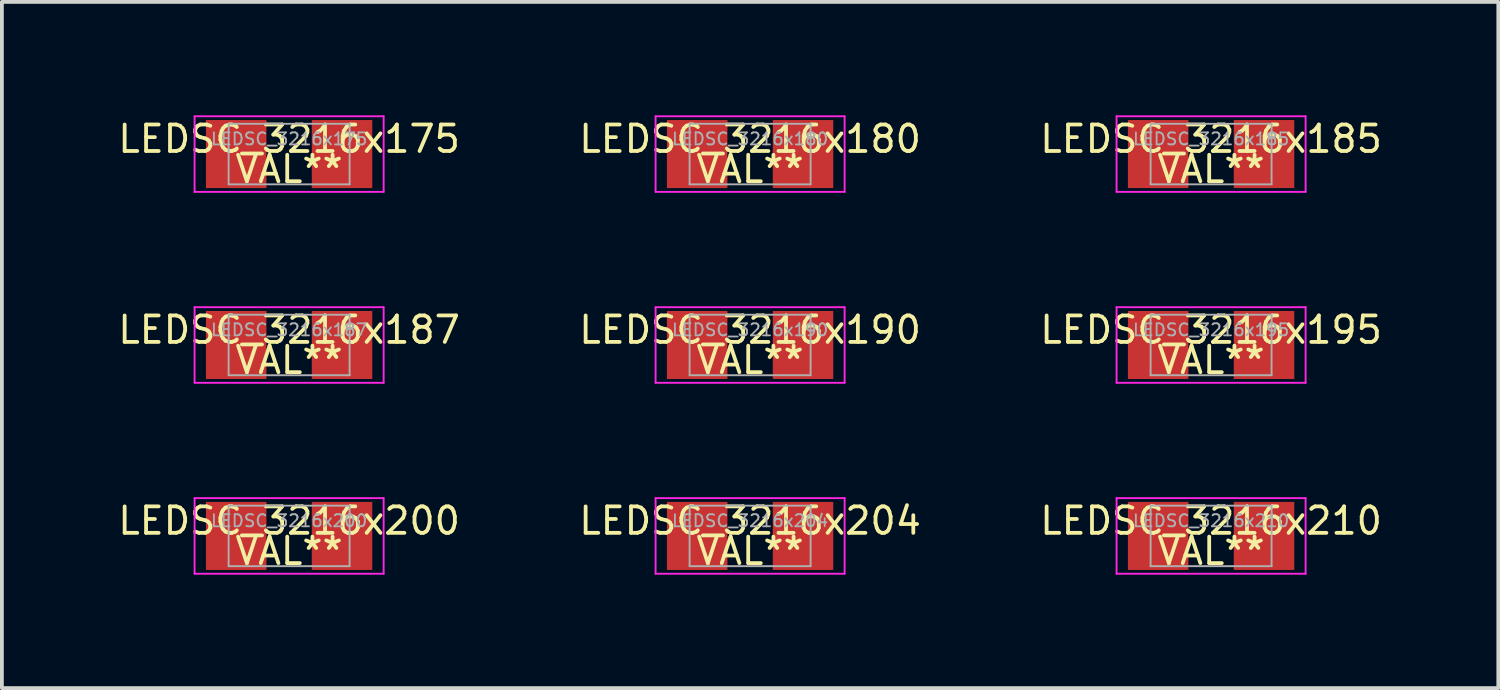
<source format=kicad_pcb>
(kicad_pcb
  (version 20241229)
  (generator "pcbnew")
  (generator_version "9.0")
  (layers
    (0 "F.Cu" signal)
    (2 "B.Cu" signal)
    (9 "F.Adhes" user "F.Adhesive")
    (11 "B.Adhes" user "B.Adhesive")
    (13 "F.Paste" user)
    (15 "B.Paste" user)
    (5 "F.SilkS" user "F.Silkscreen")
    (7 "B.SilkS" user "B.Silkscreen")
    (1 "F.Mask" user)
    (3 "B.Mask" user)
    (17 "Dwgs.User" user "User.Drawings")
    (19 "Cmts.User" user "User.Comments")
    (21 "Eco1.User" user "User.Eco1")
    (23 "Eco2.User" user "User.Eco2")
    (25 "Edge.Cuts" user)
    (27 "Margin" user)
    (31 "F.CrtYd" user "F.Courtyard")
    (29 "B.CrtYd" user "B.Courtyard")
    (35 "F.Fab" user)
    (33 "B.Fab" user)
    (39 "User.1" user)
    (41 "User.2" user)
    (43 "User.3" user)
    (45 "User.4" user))
  (footprint "LEDSC_3216x204"
    (layer "F.Cu")
    (at 16.79 11.125)
    (property "Reference" "LEDSC_3216x204" (at 0 -0.4 0) (layer "F.Fab") (effects (font (size 0.32 0.32) (thickness 0.048))))
    (property "Value" "VAL**" (at 0 0.4 0) (layer "F.Fab") (hide yes) (effects (font (size 0.32 0.32) (thickness 0.048))))
    (attr smd)
    (fp_line (start -2.5 -1) (end 2.5 -1) (stroke (width 0.05) (type solid)) (layer "F.CrtYd"))
    (fp_line (start -2.5 1) (end -2.5 -1) (stroke (width 0.05) (type solid)) (layer "F.CrtYd"))
    (fp_line (start 2.5 -1) (end 2.5 1) (stroke (width 0.05) (type solid)) (layer "F.CrtYd"))
    (fp_line (start 2.5 1) (end -2.5 1) (stroke (width 0.05) (type solid)) (layer "F.CrtYd"))
    (fp_line (start -1.6 -0.8) (end 1.6 -0.8) (stroke (width 0.05) (type solid)) (layer "F.Fab"))
    (fp_line (start -1.6 0.8) (end -1.6 -0.8) (stroke (width 0.05) (type solid)) (layer "F.Fab"))
    (fp_line (start 1.6 -0.8) (end 1.6 0.8) (stroke (width 0.05) (type solid)) (layer "F.Fab"))
    (fp_line (start 1.6 0.8) (end -1.6 0.8) (stroke (width 0.05) (type solid)) (layer "F.Fab"))
    (fp_text user "${VALUE}" (at 0 0.4 0) (layer "F.SilkS") (effects (font (size 0.7 0.7) (thickness 0.1))))
    (fp_text user "${REFERENCE}" (at 0 -0.4 0) (layer "F.SilkS") (effects (font (size 0.7 0.7) (thickness 0.1))))
    (pad "1" smd rect (at -1.4 0) (size 1.6 1.8) (layers "F.Cu" "F.Mask" "F.Paste"))
    (pad "2" smd rect (at 1.4 0) (size 1.6 1.8) (layers "F.Cu" "F.Mask" "F.Paste")))
  (footprint "LEDSC_3216x175"
    (layer "F.Cu")
    (at 4.597 1.025)
    (property "Reference" "LEDSC_3216x175" (at 0 -0.4 0) (layer "F.Fab") (effects (font (size 0.32 0.32) (thickness 0.048))))
    (property "Value" "VAL**" (at 0 0.4 0) (layer "F.Fab") (hide yes) (effects (font (size 0.32 0.32) (thickness 0.048))))
    (attr smd)
    (fp_line (start -2.5 -1) (end 2.5 -1) (stroke (width 0.05) (type solid)) (layer "F.CrtYd"))
    (fp_line (start -2.5 1) (end -2.5 -1) (stroke (width 0.05) (type solid)) (layer "F.CrtYd"))
    (fp_line (start 2.5 -1) (end 2.5 1) (stroke (width 0.05) (type solid)) (layer "F.CrtYd"))
    (fp_line (start 2.5 1) (end -2.5 1) (stroke (width 0.05) (type solid)) (layer "F.CrtYd"))
    (fp_line (start -1.6 -0.8) (end 1.6 -0.8) (stroke (width 0.05) (type solid)) (layer "F.Fab"))
    (fp_line (start -1.6 0.8) (end -1.6 -0.8) (stroke (width 0.05) (type solid)) (layer "F.Fab"))
    (fp_line (start 1.6 -0.8) (end 1.6 0.8) (stroke (width 0.05) (type solid)) (layer "F.Fab"))
    (fp_line (start 1.6 0.8) (end -1.6 0.8) (stroke (width 0.05) (type solid)) (layer "F.Fab"))
    (fp_text user "${VALUE}" (at 0 0.4 0) (layer "F.SilkS") (effects (font (size 0.7 0.7) (thickness 0.1))))
    (fp_text user "${REFERENCE}" (at 0 -0.4 0) (layer "F.SilkS") (effects (font (size 0.7 0.7) (thickness 0.1))))
    (pad "1" smd rect (at -1.4 0) (size 1.6 1.8) (layers "F.Cu" "F.Mask" "F.Paste"))
    (pad "2" smd rect (at 1.4 0) (size 1.6 1.8) (layers "F.Cu" "F.Mask" "F.Paste")))
  (footprint "LEDSC_3216x195"
    (layer "F.Cu")
    (at 28.983 6.075)
    (property "Reference" "LEDSC_3216x195" (at 0 -0.4 0) (layer "F.Fab") (effects (font (size 0.32 0.32) (thickness 0.048))))
    (property "Value" "VAL**" (at 0 0.4 0) (layer "F.Fab") (hide yes) (effects (font (size 0.32 0.32) (thickness 0.048))))
    (attr smd)
    (fp_line (start -2.5 -1) (end 2.5 -1) (stroke (width 0.05) (type solid)) (layer "F.CrtYd"))
    (fp_line (start -2.5 1) (end -2.5 -1) (stroke (width 0.05) (type solid)) (layer "F.CrtYd"))
    (fp_line (start 2.5 -1) (end 2.5 1) (stroke (width 0.05) (type solid)) (layer "F.CrtYd"))
    (fp_line (start 2.5 1) (end -2.5 1) (stroke (width 0.05) (type solid)) (layer "F.CrtYd"))
    (fp_line (start -1.6 -0.8) (end 1.6 -0.8) (stroke (width 0.05) (type solid)) (layer "F.Fab"))
    (fp_line (start -1.6 0.8) (end -1.6 -0.8) (stroke (width 0.05) (type solid)) (layer "F.Fab"))
    (fp_line (start 1.6 -0.8) (end 1.6 0.8) (stroke (width 0.05) (type solid)) (layer "F.Fab"))
    (fp_line (start 1.6 0.8) (end -1.6 0.8) (stroke (width 0.05) (type solid)) (layer "F.Fab"))
    (fp_text user "${REFERENCE}" (at 0 -0.4 0) (layer "F.SilkS") (effects (font (size 0.7 0.7) (thickness 0.1))))
    (fp_text user "${VALUE}" (at 0 0.4 0) (layer "F.SilkS") (effects (font (size 0.7 0.7) (thickness 0.1))))
    (pad "1" smd rect (at -1.4 0) (size 1.6 1.8) (layers "F.Cu" "F.Mask" "F.Paste"))
    (pad "2" smd rect (at 1.4 0) (size 1.6 1.8) (layers "F.Cu" "F.Mask" "F.Paste")))
  (footprint "LEDSC_3216x180"
    (layer "F.Cu")
    (at 16.79 1.025)
    (property "Reference" "LEDSC_3216x180" (at 0 -0.4 0) (layer "F.Fab") (effects (font (size 0.32 0.32) (thickness 0.048))))
    (property "Value" "VAL**" (at 0 0.4 0) (layer "F.Fab") (hide yes) (effects (font (size 0.32 0.32) (thickness 0.048))))
    (attr smd)
    (fp_line (start -2.5 -1) (end 2.5 -1) (stroke (width 0.05) (type solid)) (layer "F.CrtYd"))
    (fp_line (start -2.5 1) (end -2.5 -1) (stroke (width 0.05) (type solid)) (layer "F.CrtYd"))
    (fp_line (start 2.5 -1) (end 2.5 1) (stroke (width 0.05) (type solid)) (layer "F.CrtYd"))
    (fp_line (start 2.5 1) (end -2.5 1) (stroke (width 0.05) (type solid)) (layer "F.CrtYd"))
    (fp_line (start -1.6 -0.8) (end 1.6 -0.8) (stroke (width 0.05) (type solid)) (layer "F.Fab"))
    (fp_line (start -1.6 0.8) (end -1.6 -0.8) (stroke (width 0.05) (type solid)) (layer "F.Fab"))
    (fp_line (start 1.6 -0.8) (end 1.6 0.8) (stroke (width 0.05) (type solid)) (layer "F.Fab"))
    (fp_line (start 1.6 0.8) (end -1.6 0.8) (stroke (width 0.05) (type solid)) (layer "F.Fab"))
    (fp_text user "${VALUE}" (at 0 0.4 0) (layer "F.SilkS") (effects (font (size 0.7 0.7) (thickness 0.1))))
    (fp_text user "${REFERENCE}" (at 0 -0.4 0) (layer "F.SilkS") (effects (font (size 0.7 0.7) (thickness 0.1))))
    (pad "1" smd rect (at -1.4 0) (size 1.6 1.8) (layers "F.Cu" "F.Mask" "F.Paste"))
    (pad "2" smd rect (at 1.4 0) (size 1.6 1.8) (layers "F.Cu" "F.Mask" "F.Paste")))
  (footprint "LEDSC_3216x187"
    (layer "F.Cu")
    (at 4.597 6.075)
    (property "Reference" "LEDSC_3216x187" (at 0 -0.4 0) (layer "F.Fab") (effects (font (size 0.32 0.32) (thickness 0.048))))
    (property "Value" "VAL**" (at 0 0.4 0) (layer "F.Fab") (hide yes) (effects (font (size 0.32 0.32) (thickness 0.048))))
    (attr smd)
    (fp_line (start -2.5 -1) (end 2.5 -1) (stroke (width 0.05) (type solid)) (layer "F.CrtYd"))
    (fp_line (start -2.5 1) (end -2.5 -1) (stroke (width 0.05) (type solid)) (layer "F.CrtYd"))
    (fp_line (start 2.5 -1) (end 2.5 1) (stroke (width 0.05) (type solid)) (layer "F.CrtYd"))
    (fp_line (start 2.5 1) (end -2.5 1) (stroke (width 0.05) (type solid)) (layer "F.CrtYd"))
    (fp_line (start -1.6 -0.8) (end 1.6 -0.8) (stroke (width 0.05) (type solid)) (layer "F.Fab"))
    (fp_line (start -1.6 0.8) (end -1.6 -0.8) (stroke (width 0.05) (type solid)) (layer "F.Fab"))
    (fp_line (start 1.6 -0.8) (end 1.6 0.8) (stroke (width 0.05) (type solid)) (layer "F.Fab"))
    (fp_line (start 1.6 0.8) (end -1.6 0.8) (stroke (width 0.05) (type solid)) (layer "F.Fab"))
    (fp_text user "${VALUE}" (at 0 0.4 0) (layer "F.SilkS") (effects (font (size 0.7 0.7) (thickness 0.1))))
    (fp_text user "${REFERENCE}" (at 0 -0.4 0) (layer "F.SilkS") (effects (font (size 0.7 0.7) (thickness 0.1))))
    (pad "1" smd rect (at -1.4 0) (size 1.6 1.8) (layers "F.Cu" "F.Mask" "F.Paste"))
    (pad "2" smd rect (at 1.4 0) (size 1.6 1.8) (layers "F.Cu" "F.Mask" "F.Paste")))
  (footprint "LEDSC_3216x210"
    (layer "F.Cu")
    (at 28.983 11.125)
    (property "Reference" "LEDSC_3216x210" (at 0 -0.4 0) (layer "F.Fab") (effects (font (size 0.32 0.32) (thickness 0.048))))
    (property "Value" "VAL**" (at 0 0.4 0) (layer "F.Fab") (hide yes) (effects (font (size 0.32 0.32) (thickness 0.048))))
    (attr smd)
    (fp_line (start -2.5 -1) (end 2.5 -1) (stroke (width 0.05) (type solid)) (layer "F.CrtYd"))
    (fp_line (start -2.5 1) (end -2.5 -1) (stroke (width 0.05) (type solid)) (layer "F.CrtYd"))
    (fp_line (start 2.5 -1) (end 2.5 1) (stroke (width 0.05) (type solid)) (layer "F.CrtYd"))
    (fp_line (start 2.5 1) (end -2.5 1) (stroke (width 0.05) (type solid)) (layer "F.CrtYd"))
    (fp_line (start -1.6 -0.8) (end 1.6 -0.8) (stroke (width 0.05) (type solid)) (layer "F.Fab"))
    (fp_line (start -1.6 0.8) (end -1.6 -0.8) (stroke (width 0.05) (type solid)) (layer "F.Fab"))
    (fp_line (start 1.6 -0.8) (end 1.6 0.8) (stroke (width 0.05) (type solid)) (layer "F.Fab"))
    (fp_line (start 1.6 0.8) (end -1.6 0.8) (stroke (width 0.05) (type solid)) (layer "F.Fab"))
    (fp_text user "${VALUE}" (at 0 0.4 0) (layer "F.SilkS") (effects (font (size 0.7 0.7) (thickness 0.1))))
    (fp_text user "${REFERENCE}" (at 0 -0.4 0) (layer "F.SilkS") (effects (font (size 0.7 0.7) (thickness 0.1))))
    (pad "1" smd rect (at -1.4 0) (size 1.6 1.8) (layers "F.Cu" "F.Mask" "F.Paste"))
    (pad "2" smd rect (at 1.4 0) (size 1.6 1.8) (layers "F.Cu" "F.Mask" "F.Paste")))
  (footprint "LEDSC_3216x190"
    (layer "F.Cu")
    (at 16.79 6.075)
    (property "Reference" "LEDSC_3216x190" (at 0 -0.4 0) (layer "F.Fab") (effects (font (size 0.32 0.32) (thickness 0.048))))
    (property "Value" "VAL**" (at 0 0.4 0) (layer "F.Fab") (hide yes) (effects (font (size 0.32 0.32) (thickness 0.048))))
    (attr smd)
    (fp_line (start -2.5 -1) (end 2.5 -1) (stroke (width 0.05) (type solid)) (layer "F.CrtYd"))
    (fp_line (start -2.5 1) (end -2.5 -1) (stroke (width 0.05) (type solid)) (layer "F.CrtYd"))
    (fp_line (start 2.5 -1) (end 2.5 1) (stroke (width 0.05) (type solid)) (layer "F.CrtYd"))
    (fp_line (start 2.5 1) (end -2.5 1) (stroke (width 0.05) (type solid)) (layer "F.CrtYd"))
    (fp_line (start -1.6 -0.8) (end 1.6 -0.8) (stroke (width 0.05) (type solid)) (layer "F.Fab"))
    (fp_line (start -1.6 0.8) (end -1.6 -0.8) (stroke (width 0.05) (type solid)) (layer "F.Fab"))
    (fp_line (start 1.6 -0.8) (end 1.6 0.8) (stroke (width 0.05) (type solid)) (layer "F.Fab"))
    (fp_line (start 1.6 0.8) (end -1.6 0.8) (stroke (width 0.05) (type solid)) (layer "F.Fab"))
    (fp_text user "${VALUE}" (at 0 0.4 0) (layer "F.SilkS") (effects (font (size 0.7 0.7) (thickness 0.1))))
    (fp_text user "${REFERENCE}" (at 0 -0.4 0) (layer "F.SilkS") (effects (font (size 0.7 0.7) (thickness 0.1))))
    (pad "1" smd rect (at -1.4 0) (size 1.6 1.8) (layers "F.Cu" "F.Mask" "F.Paste"))
    (pad "2" smd rect (at 1.4 0) (size 1.6 1.8) (layers "F.Cu" "F.Mask" "F.Paste")))
  (footprint "LEDSC_3216x200"
    (layer "F.Cu")
    (at 4.597 11.125)
    (property "Reference" "LEDSC_3216x200" (at 0 -0.4 0) (layer "F.Fab") (effects (font (size 0.32 0.32) (thickness 0.048))))
    (property "Value" "VAL**" (at 0 0.4 0) (layer "F.Fab") (hide yes) (effects (font (size 0.32 0.32) (thickness 0.048))))
    (attr smd)
    (fp_line (start -2.5 -1) (end 2.5 -1) (stroke (width 0.05) (type solid)) (layer "F.CrtYd"))
    (fp_line (start -2.5 1) (end -2.5 -1) (stroke (width 0.05) (type solid)) (layer "F.CrtYd"))
    (fp_line (start 2.5 -1) (end 2.5 1) (stroke (width 0.05) (type solid)) (layer "F.CrtYd"))
    (fp_line (start 2.5 1) (end -2.5 1) (stroke (width 0.05) (type solid)) (layer "F.CrtYd"))
    (fp_line (start -1.6 -0.8) (end 1.6 -0.8) (stroke (width 0.05) (type solid)) (layer "F.Fab"))
    (fp_line (start -1.6 0.8) (end -1.6 -0.8) (stroke (width 0.05) (type solid)) (layer "F.Fab"))
    (fp_line (start 1.6 -0.8) (end 1.6 0.8) (stroke (width 0.05) (type solid)) (layer "F.Fab"))
    (fp_line (start 1.6 0.8) (end -1.6 0.8) (stroke (width 0.05) (type solid)) (layer "F.Fab"))
    (fp_text user "${VALUE}" (at 0 0.4 0) (layer "F.SilkS") (effects (font (size 0.7 0.7) (thickness 0.1))))
    (fp_text user "${REFERENCE}" (at 0 -0.4 0) (layer "F.SilkS") (effects (font (size 0.7 0.7) (thickness 0.1))))
    (pad "1" smd rect (at -1.4 0) (size 1.6 1.8) (layers "F.Cu" "F.Mask" "F.Paste"))
    (pad "2" smd rect (at 1.4 0) (size 1.6 1.8) (layers "F.Cu" "F.Mask" "F.Paste")))
  (footprint "LEDSC_3216x185"
    (layer "F.Cu")
    (at 28.983 1.025)
    (property "Reference" "LEDSC_3216x185" (at 0 -0.4 0) (layer "F.Fab") (effects (font (size 0.32 0.32) (thickness 0.048))))
    (property "Value" "VAL**" (at 0 0.4 0) (layer "F.Fab") (hide yes) (effects (font (size 0.32 0.32) (thickness 0.048))))
    (attr smd)
    (fp_line (start -2.5 -1) (end 2.5 -1) (stroke (width 0.05) (type solid)) (layer "F.CrtYd"))
    (fp_line (start -2.5 1) (end -2.5 -1) (stroke (width 0.05) (type solid)) (layer "F.CrtYd"))
    (fp_line (start 2.5 -1) (end 2.5 1) (stroke (width 0.05) (type solid)) (layer "F.CrtYd"))
    (fp_line (start 2.5 1) (end -2.5 1) (stroke (width 0.05) (type solid)) (layer "F.CrtYd"))
    (fp_line (start -1.6 -0.8) (end 1.6 -0.8) (stroke (width 0.05) (type solid)) (layer "F.Fab"))
    (fp_line (start -1.6 0.8) (end -1.6 -0.8) (stroke (width 0.05) (type solid)) (layer "F.Fab"))
    (fp_line (start 1.6 -0.8) (end 1.6 0.8) (stroke (width 0.05) (type solid)) (layer "F.Fab"))
    (fp_line (start 1.6 0.8) (end -1.6 0.8) (stroke (width 0.05) (type solid)) (layer "F.Fab"))
    (fp_text user "${REFERENCE}" (at 0 -0.4 0) (layer "F.SilkS") (effects (font (size 0.7 0.7) (thickness 0.1))))
    (fp_text user "${VALUE}" (at 0 0.4 0) (layer "F.SilkS") (effects (font (size 0.7 0.7) (thickness 0.1))))
    (pad "1" smd rect (at -1.4 0) (size 1.6 1.8) (layers "F.Cu" "F.Mask" "F.Paste"))
    (pad "2" smd rect (at 1.4 0) (size 1.6 1.8) (layers "F.Cu" "F.Mask" "F.Paste")))
  (gr_rect
    (start -3 -3)
    (end 36.58 15.15)
    (stroke (width 0.1) (type default))
    (fill no)
    (layer "Edge.Cuts")))
</source>
